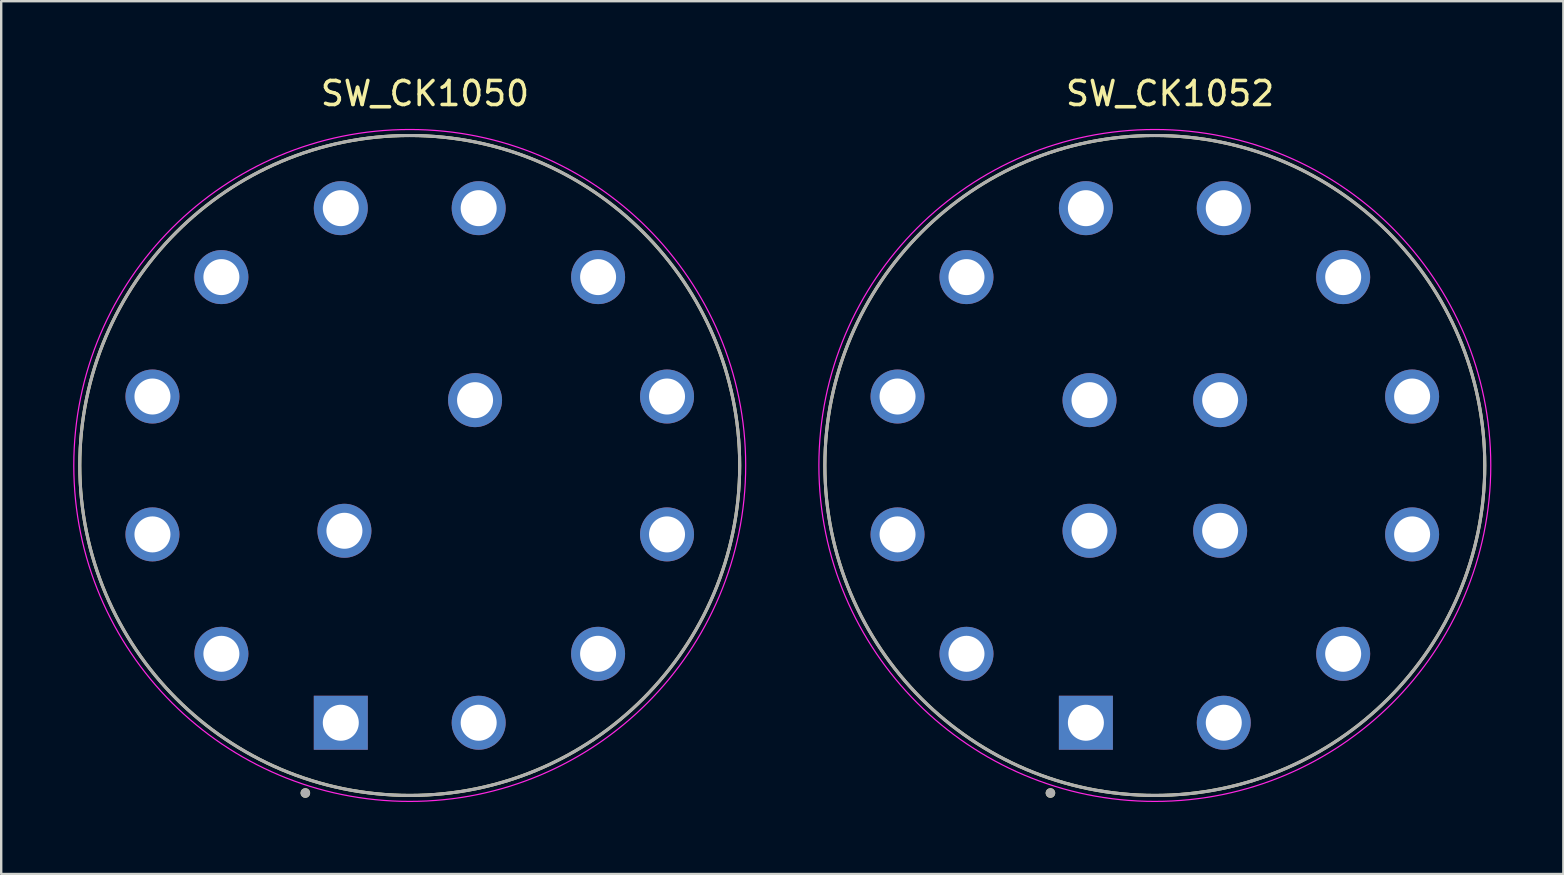
<source format=kicad_pcb>
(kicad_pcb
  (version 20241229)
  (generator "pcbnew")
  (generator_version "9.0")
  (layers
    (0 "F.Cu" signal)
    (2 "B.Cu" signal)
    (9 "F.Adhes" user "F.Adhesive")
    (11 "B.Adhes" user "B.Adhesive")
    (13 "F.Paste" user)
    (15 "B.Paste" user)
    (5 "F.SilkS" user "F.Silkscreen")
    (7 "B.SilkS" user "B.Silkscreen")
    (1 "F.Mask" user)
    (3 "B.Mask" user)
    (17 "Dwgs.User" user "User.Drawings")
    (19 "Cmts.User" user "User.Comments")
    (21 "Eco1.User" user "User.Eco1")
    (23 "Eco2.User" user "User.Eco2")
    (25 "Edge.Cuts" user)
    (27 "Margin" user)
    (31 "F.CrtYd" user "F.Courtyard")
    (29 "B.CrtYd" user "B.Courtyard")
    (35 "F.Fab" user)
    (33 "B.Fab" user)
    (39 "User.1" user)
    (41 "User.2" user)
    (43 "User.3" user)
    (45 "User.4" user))
  (footprint "SW_CK1050"
    (layer "F.Cu")
    (at 14.025 16.347)
    (property "Reference" "SW_CK1050" (at 0.635 -15.499 0) (layer "F.SilkS") (effects (font (size 1 1) (thickness 0.15))))
    (attr through_hole)
    (fp_circle (center -4.35 13.65) (end -4.25 13.65) (stroke (width 0.2) (type solid)) (fill no) (layer "F.SilkS"))
    (fp_circle (center 0 0) (end 13.75 0) (stroke (width 0.127) (type solid)) (fill no) (layer "F.SilkS"))
    (fp_circle (center 0 0) (end 14 0) (stroke (width 0.05) (type solid)) (fill no) (layer "F.CrtYd"))
    (fp_circle (center -4.35 13.65) (end -4.25 13.65) (stroke (width 0.2) (type solid)) (fill no) (layer "F.Fab"))
    (fp_circle (center 0 0) (end 13.75 0) (stroke (width 0.127) (type solid)) (fill no) (layer "F.Fab"))
    (pad "1" thru_hole rect (at -2.873 10.722) (size 2.25 2.25) (drill 1.5) (layers "*.Cu" "*.Mask"))
    (pad "2" thru_hole circle (at -7.849 7.849) (size 2.25 2.25) (drill 1.5) (layers "*.Cu" "*.Mask"))
    (pad "3" thru_hole circle (at -10.722 2.873) (size 2.25 2.25) (drill 1.5) (layers "*.Cu" "*.Mask"))
    (pad "4" thru_hole circle (at -10.722 -2.873) (size 2.25 2.25) (drill 1.5) (layers "*.Cu" "*.Mask"))
    (pad "5" thru_hole circle (at -7.849 -7.849) (size 2.25 2.25) (drill 1.5) (layers "*.Cu" "*.Mask"))
    (pad "6" thru_hole circle (at -2.873 -10.722) (size 2.25 2.25) (drill 1.5) (layers "*.Cu" "*.Mask"))
    (pad "7" thru_hole circle (at 2.873 -10.722) (size 2.25 2.25) (drill 1.5) (layers "*.Cu" "*.Mask"))
    (pad "8" thru_hole circle (at 7.849 -7.849) (size 2.25 2.25) (drill 1.5) (layers "*.Cu" "*.Mask"))
    (pad "9" thru_hole circle (at 10.722 -2.873) (size 2.25 2.25) (drill 1.5) (layers "*.Cu" "*.Mask"))
    (pad "10" thru_hole circle (at 10.722 2.873) (size 2.25 2.25) (drill 1.5) (layers "*.Cu" "*.Mask"))
    (pad "11" thru_hole circle (at 7.849 7.849) (size 2.25 2.25) (drill 1.5) (layers "*.Cu" "*.Mask"))
    (pad "12" thru_hole circle (at 2.873 10.722) (size 2.25 2.25) (drill 1.5) (layers "*.Cu" "*.Mask"))
    (pad "A" thru_hole circle (at -2.722 2.722) (size 2.25 2.25) (drill 1.5) (layers "*.Cu" "*.Mask"))
    (pad "C" thru_hole circle (at 2.722 -2.722) (size 2.25 2.25) (drill 1.5) (layers "*.Cu" "*.Mask")))
  (footprint "SW_CK1052"
    (layer "F.Cu")
    (at 45.075 16.347)
    (property "Reference" "SW_CK1052" (at 0.635 -15.499 0) (layer "F.SilkS") (effects (font (size 1 1) (thickness 0.15))))
    (attr through_hole)
    (fp_circle (center -4.35 13.65) (end -4.25 13.65) (stroke (width 0.2) (type solid)) (fill no) (layer "F.SilkS"))
    (fp_circle (center 0 0) (end 13.75 0) (stroke (width 0.127) (type solid)) (fill no) (layer "F.SilkS"))
    (fp_circle (center 0 0) (end 14 0) (stroke (width 0.05) (type solid)) (fill no) (layer "F.CrtYd"))
    (fp_circle (center -4.35 13.65) (end -4.25 13.65) (stroke (width 0.2) (type solid)) (fill no) (layer "F.Fab"))
    (fp_circle (center 0 0) (end 13.75 0) (stroke (width 0.127) (type solid)) (fill no) (layer "F.Fab"))
    (pad "1" thru_hole rect (at -2.873 10.722) (size 2.25 2.25) (drill 1.5) (layers "*.Cu" "*.Mask"))
    (pad "2" thru_hole circle (at -7.849 7.849) (size 2.25 2.25) (drill 1.5) (layers "*.Cu" "*.Mask"))
    (pad "3" thru_hole circle (at -10.722 2.873) (size 2.25 2.25) (drill 1.5) (layers "*.Cu" "*.Mask"))
    (pad "4" thru_hole circle (at -10.722 -2.873) (size 2.25 2.25) (drill 1.5) (layers "*.Cu" "*.Mask"))
    (pad "5" thru_hole circle (at -7.849 -7.849) (size 2.25 2.25) (drill 1.5) (layers "*.Cu" "*.Mask"))
    (pad "6" thru_hole circle (at -2.873 -10.722) (size 2.25 2.25) (drill 1.5) (layers "*.Cu" "*.Mask"))
    (pad "7" thru_hole circle (at 2.873 -10.722) (size 2.25 2.25) (drill 1.5) (layers "*.Cu" "*.Mask"))
    (pad "8" thru_hole circle (at 7.849 -7.849) (size 2.25 2.25) (drill 1.5) (layers "*.Cu" "*.Mask"))
    (pad "9" thru_hole circle (at 10.722 -2.873) (size 2.25 2.25) (drill 1.5) (layers "*.Cu" "*.Mask"))
    (pad "10" thru_hole circle (at 10.722 2.873) (size 2.25 2.25) (drill 1.5) (layers "*.Cu" "*.Mask"))
    (pad "11" thru_hole circle (at 7.849 7.849) (size 2.25 2.25) (drill 1.5) (layers "*.Cu" "*.Mask"))
    (pad "12" thru_hole circle (at 2.873 10.722) (size 2.25 2.25) (drill 1.5) (layers "*.Cu" "*.Mask"))
    (pad "A" thru_hole circle (at -2.722 2.722) (size 2.25 2.25) (drill 1.5) (layers "*.Cu" "*.Mask"))
    (pad "B" thru_hole circle (at -2.722 -2.722) (size 2.25 2.25) (drill 1.5) (layers "*.Cu" "*.Mask"))
    (pad "C" thru_hole circle (at 2.722 -2.722) (size 2.25 2.25) (drill 1.5) (layers "*.Cu" "*.Mask"))
    (pad "D" thru_hole circle (at 2.722 2.722) (size 2.25 2.25) (drill 1.5) (layers "*.Cu" "*.Mask")))
  (gr_rect
    (start -3 -3)
    (end 62.1 33.372)
    (stroke (width 0.1) (type default))
    (fill no)
    (layer "Edge.Cuts")))
</source>
